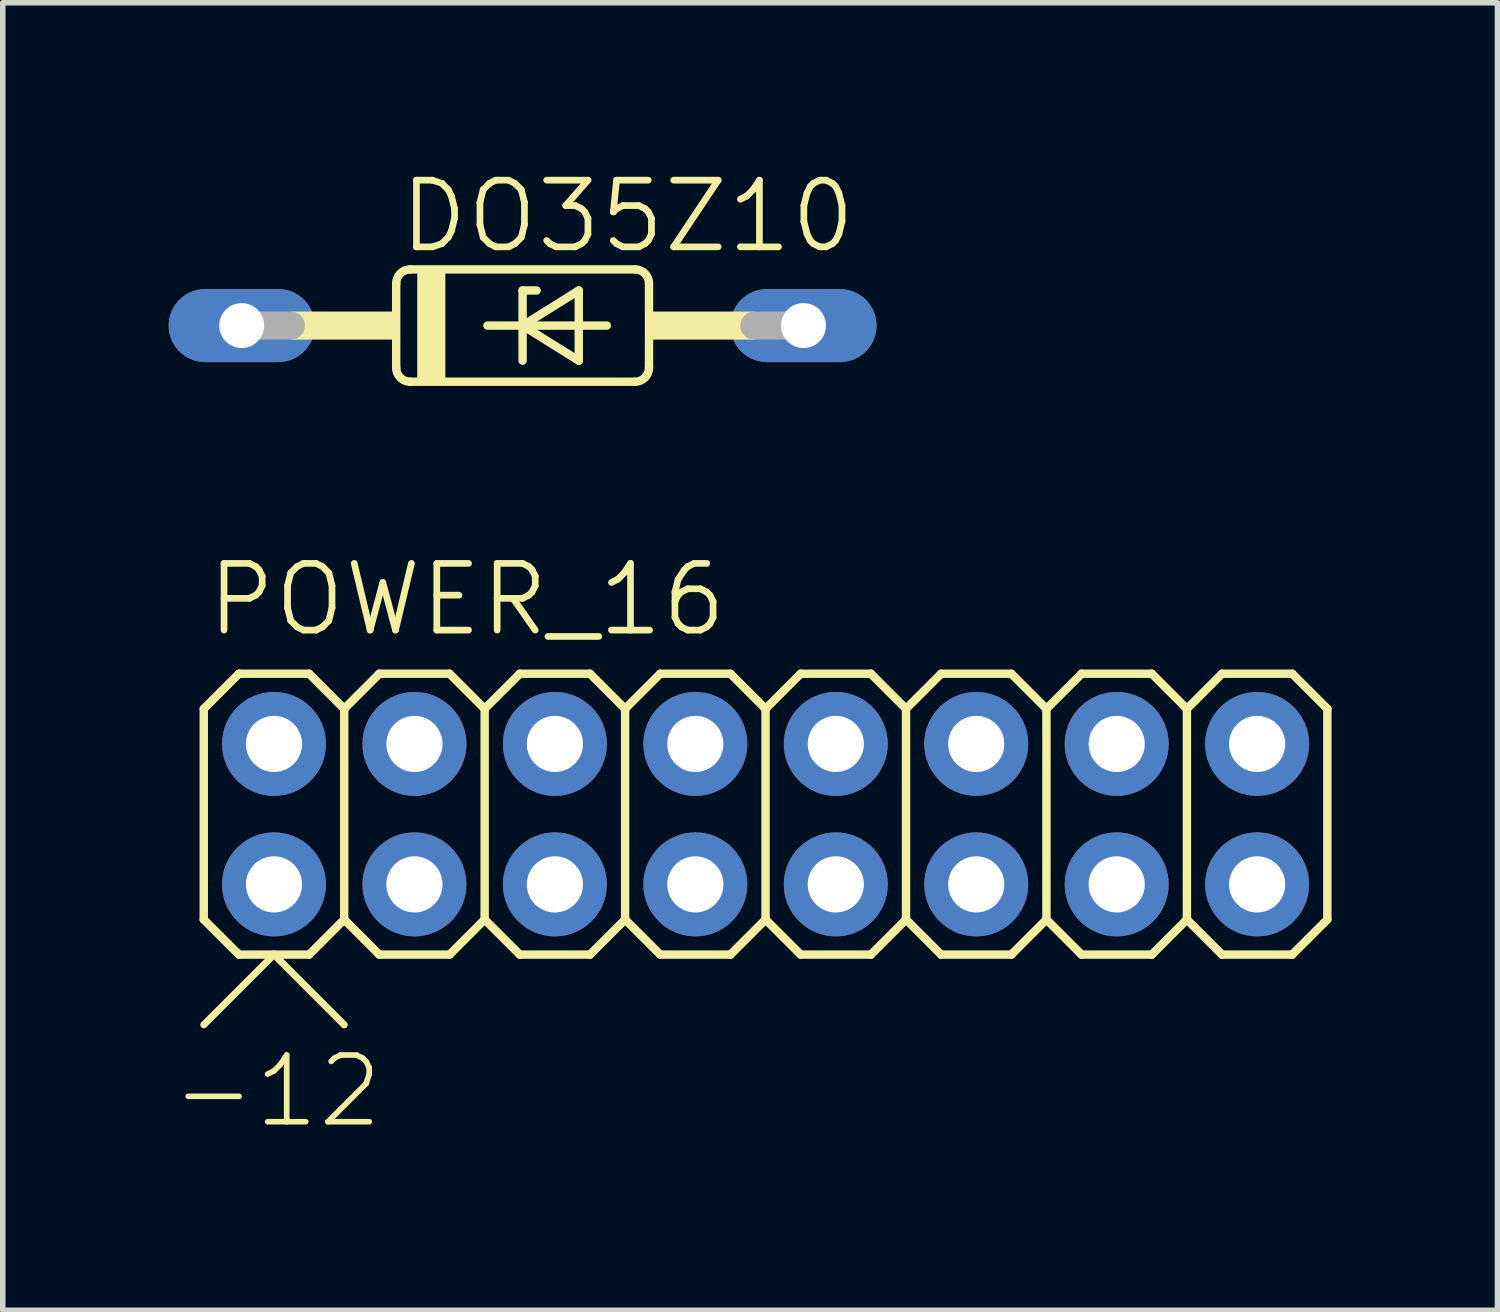
<source format=kicad_pcb>
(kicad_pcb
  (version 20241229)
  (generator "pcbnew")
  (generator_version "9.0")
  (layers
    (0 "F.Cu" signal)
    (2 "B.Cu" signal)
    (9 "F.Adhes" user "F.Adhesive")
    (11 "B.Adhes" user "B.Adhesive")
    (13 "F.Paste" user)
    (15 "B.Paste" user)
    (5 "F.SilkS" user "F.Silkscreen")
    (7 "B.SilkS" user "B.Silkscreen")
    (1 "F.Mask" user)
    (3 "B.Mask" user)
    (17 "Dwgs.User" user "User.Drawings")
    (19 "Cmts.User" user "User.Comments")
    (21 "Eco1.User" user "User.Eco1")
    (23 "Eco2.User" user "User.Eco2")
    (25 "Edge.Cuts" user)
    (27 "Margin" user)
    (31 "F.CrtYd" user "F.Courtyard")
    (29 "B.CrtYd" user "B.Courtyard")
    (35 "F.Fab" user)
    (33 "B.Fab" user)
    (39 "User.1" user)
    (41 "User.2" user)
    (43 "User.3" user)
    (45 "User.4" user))
  (footprint "POWER_16"
    (layer "F.Cu")
    (at 8.255 11.674)
    (property "Reference" "POWER_16" (at -7.62 -3.175 0) (layer "F.SilkS") (effects (font (size 1.206 1.206) (thickness 0.121)) (justify left bottom)))
    (attr through_hole)
    (fp_line (start -7.62 -1.905) (end -6.985 -2.54) (stroke (width 0.152) (type solid)) (layer "F.SilkS"))
    (fp_line (start -7.62 1.905) (end -7.62 -1.905) (stroke (width 0.152) (type solid)) (layer "F.SilkS"))
    (fp_line (start -7.62 1.905) (end -6.985 2.54) (stroke (width 0.152) (type solid)) (layer "F.SilkS"))
    (fp_line (start -7.62 3.81) (end -6.35 2.54) (stroke (width 0.127) (type solid)) (layer "F.SilkS"))
    (fp_line (start -6.985 -2.54) (end -5.715 -2.54) (stroke (width 0.152) (type solid)) (layer "F.SilkS"))
    (fp_line (start -6.985 2.54) (end -6.35 2.54) (stroke (width 0.152) (type solid)) (layer "F.SilkS"))
    (fp_line (start -6.35 2.54) (end -5.715 2.54) (stroke (width 0.152) (type solid)) (layer "F.SilkS"))
    (fp_line (start -6.35 2.54) (end -5.08 3.81) (stroke (width 0.127) (type solid)) (layer "F.SilkS"))
    (fp_line (start -5.715 -2.54) (end -5.08 -1.905) (stroke (width 0.152) (type solid)) (layer "F.SilkS"))
    (fp_line (start -5.715 2.54) (end -5.08 1.905) (stroke (width 0.152) (type solid)) (layer "F.SilkS"))
    (fp_line (start -5.08 -1.905) (end -5.08 1.905) (stroke (width 0.152) (type solid)) (layer "F.SilkS"))
    (fp_line (start -5.08 -1.905) (end -4.445 -2.54) (stroke (width 0.152) (type solid)) (layer "F.SilkS"))
    (fp_line (start -5.08 1.905) (end -4.445 2.54) (stroke (width 0.152) (type solid)) (layer "F.SilkS"))
    (fp_line (start -4.445 -2.54) (end -3.175 -2.54) (stroke (width 0.152) (type solid)) (layer "F.SilkS"))
    (fp_line (start -4.445 2.54) (end -3.175 2.54) (stroke (width 0.152) (type solid)) (layer "F.SilkS"))
    (fp_line (start -3.175 -2.54) (end -2.54 -1.905) (stroke (width 0.152) (type solid)) (layer "F.SilkS"))
    (fp_line (start -3.175 2.54) (end -2.54 1.905) (stroke (width 0.152) (type solid)) (layer "F.SilkS"))
    (fp_line (start -2.54 -1.905) (end -2.54 1.905) (stroke (width 0.152) (type solid)) (layer "F.SilkS"))
    (fp_line (start -2.54 -1.905) (end -1.905 -2.54) (stroke (width 0.152) (type solid)) (layer "F.SilkS"))
    (fp_line (start -2.54 1.905) (end -1.905 2.54) (stroke (width 0.152) (type solid)) (layer "F.SilkS"))
    (fp_line (start -1.905 -2.54) (end -0.635 -2.54) (stroke (width 0.152) (type solid)) (layer "F.SilkS"))
    (fp_line (start -1.905 2.54) (end -0.635 2.54) (stroke (width 0.152) (type solid)) (layer "F.SilkS"))
    (fp_line (start -0.635 -2.54) (end 0 -1.905) (stroke (width 0.152) (type solid)) (layer "F.SilkS"))
    (fp_line (start -0.635 2.54) (end 0 1.905) (stroke (width 0.152) (type solid)) (layer "F.SilkS"))
    (fp_line (start 0 -1.905) (end 0 1.905) (stroke (width 0.152) (type solid)) (layer "F.SilkS"))
    (fp_line (start 0 -1.905) (end 0.635 -2.54) (stroke (width 0.152) (type solid)) (layer "F.SilkS"))
    (fp_line (start 0 1.905) (end 0.635 2.54) (stroke (width 0.152) (type solid)) (layer "F.SilkS"))
    (fp_line (start 0.635 -2.54) (end 1.905 -2.54) (stroke (width 0.152) (type solid)) (layer "F.SilkS"))
    (fp_line (start 0.635 2.54) (end 1.905 2.54) (stroke (width 0.152) (type solid)) (layer "F.SilkS"))
    (fp_line (start 1.905 -2.54) (end 2.54 -1.905) (stroke (width 0.152) (type solid)) (layer "F.SilkS"))
    (fp_line (start 1.905 2.54) (end 2.54 1.905) (stroke (width 0.152) (type solid)) (layer "F.SilkS"))
    (fp_line (start 2.54 -1.905) (end 2.54 1.905) (stroke (width 0.152) (type solid)) (layer "F.SilkS"))
    (fp_line (start 2.54 -1.905) (end 3.175 -2.54) (stroke (width 0.152) (type solid)) (layer "F.SilkS"))
    (fp_line (start 2.54 1.905) (end 3.175 2.54) (stroke (width 0.152) (type solid)) (layer "F.SilkS"))
    (fp_line (start 3.175 -2.54) (end 4.445 -2.54) (stroke (width 0.152) (type solid)) (layer "F.SilkS"))
    (fp_line (start 3.175 2.54) (end 4.445 2.54) (stroke (width 0.152) (type solid)) (layer "F.SilkS"))
    (fp_line (start 4.445 -2.54) (end 5.08 -1.905) (stroke (width 0.152) (type solid)) (layer "F.SilkS"))
    (fp_line (start 4.445 2.54) (end 5.08 1.905) (stroke (width 0.152) (type solid)) (layer "F.SilkS"))
    (fp_line (start 5.08 -1.905) (end 5.08 1.905) (stroke (width 0.152) (type solid)) (layer "F.SilkS"))
    (fp_line (start 5.08 -1.905) (end 5.715 -2.54) (stroke (width 0.152) (type solid)) (layer "F.SilkS"))
    (fp_line (start 5.08 1.905) (end 5.715 2.54) (stroke (width 0.152) (type solid)) (layer "F.SilkS"))
    (fp_line (start 5.715 -2.54) (end 6.985 -2.54) (stroke (width 0.152) (type solid)) (layer "F.SilkS"))
    (fp_line (start 5.715 2.54) (end 6.985 2.54) (stroke (width 0.152) (type solid)) (layer "F.SilkS"))
    (fp_line (start 6.985 -2.54) (end 7.62 -1.905) (stroke (width 0.152) (type solid)) (layer "F.SilkS"))
    (fp_line (start 6.985 2.54) (end 7.62 1.905) (stroke (width 0.152) (type solid)) (layer "F.SilkS"))
    (fp_line (start 7.62 -1.905) (end 7.62 1.905) (stroke (width 0.152) (type solid)) (layer "F.SilkS"))
    (fp_line (start 7.62 -1.905) (end 8.255 -2.54) (stroke (width 0.152) (type solid)) (layer "F.SilkS"))
    (fp_line (start 7.62 1.905) (end 8.255 2.54) (stroke (width 0.152) (type solid)) (layer "F.SilkS"))
    (fp_line (start 8.255 -2.54) (end 9.525 -2.54) (stroke (width 0.152) (type solid)) (layer "F.SilkS"))
    (fp_line (start 8.255 2.54) (end 9.525 2.54) (stroke (width 0.152) (type solid)) (layer "F.SilkS"))
    (fp_line (start 9.525 -2.54) (end 10.16 -1.905) (stroke (width 0.152) (type solid)) (layer "F.SilkS"))
    (fp_line (start 10.16 -1.905) (end 10.16 1.905) (stroke (width 0.152) (type solid)) (layer "F.SilkS"))
    (fp_line (start 10.16 -1.905) (end 10.795 -2.54) (stroke (width 0.152) (type solid)) (layer "F.SilkS"))
    (fp_line (start 10.16 1.905) (end 9.525 2.54) (stroke (width 0.152) (type solid)) (layer "F.SilkS"))
    (fp_line (start 10.16 1.905) (end 10.795 2.54) (stroke (width 0.152) (type solid)) (layer "F.SilkS"))
    (fp_line (start 10.795 -2.54) (end 12.065 -2.54) (stroke (width 0.152) (type solid)) (layer "F.SilkS"))
    (fp_line (start 10.795 2.54) (end 12.065 2.54) (stroke (width 0.152) (type solid)) (layer "F.SilkS"))
    (fp_line (start 12.065 -2.54) (end 12.7 -1.905) (stroke (width 0.152) (type solid)) (layer "F.SilkS"))
    (fp_line (start 12.7 -1.905) (end 12.7 1.905) (stroke (width 0.152) (type solid)) (layer "F.SilkS"))
    (fp_line (start 12.7 1.905) (end 12.065 2.54) (stroke (width 0.152) (type solid)) (layer "F.SilkS"))
    (fp_poly (pts (xy -6.604 -1.016) (xy -6.096 -1.016) (xy -6.096 -1.524) (xy -6.604 -1.524)) (stroke (width 0.1) (type solid)) (fill no) (layer "F.Fab"))
    (fp_poly (pts (xy -6.604 1.524) (xy -6.096 1.524) (xy -6.096 1.016) (xy -6.604 1.016)) (stroke (width 0.1) (type solid)) (fill no) (layer "F.Fab"))
    (fp_poly (pts (xy -4.064 -1.016) (xy -3.556 -1.016) (xy -3.556 -1.524) (xy -4.064 -1.524)) (stroke (width 0.1) (type solid)) (fill no) (layer "F.Fab"))
    (fp_poly (pts (xy -4.064 1.524) (xy -3.556 1.524) (xy -3.556 1.016) (xy -4.064 1.016)) (stroke (width 0.1) (type solid)) (fill no) (layer "F.Fab"))
    (fp_poly (pts (xy -1.524 -1.016) (xy -1.016 -1.016) (xy -1.016 -1.524) (xy -1.524 -1.524)) (stroke (width 0.1) (type solid)) (fill no) (layer "F.Fab"))
    (fp_poly (pts (xy -1.524 1.524) (xy -1.016 1.524) (xy -1.016 1.016) (xy -1.524 1.016)) (stroke (width 0.1) (type solid)) (fill no) (layer "F.Fab"))
    (fp_poly (pts (xy 1.016 -1.016) (xy 1.524 -1.016) (xy 1.524 -1.524) (xy 1.016 -1.524)) (stroke (width 0.1) (type solid)) (fill no) (layer "F.Fab"))
    (fp_poly (pts (xy 1.016 1.524) (xy 1.524 1.524) (xy 1.524 1.016) (xy 1.016 1.016)) (stroke (width 0.1) (type solid)) (fill no) (layer "F.Fab"))
    (fp_poly (pts (xy 3.556 -1.016) (xy 4.064 -1.016) (xy 4.064 -1.524) (xy 3.556 -1.524)) (stroke (width 0.1) (type solid)) (fill no) (layer "F.Fab"))
    (fp_poly (pts (xy 3.556 1.524) (xy 4.064 1.524) (xy 4.064 1.016) (xy 3.556 1.016)) (stroke (width 0.1) (type solid)) (fill no) (layer "F.Fab"))
    (fp_poly (pts (xy 6.096 -1.016) (xy 6.604 -1.016) (xy 6.604 -1.524) (xy 6.096 -1.524)) (stroke (width 0.1) (type solid)) (fill no) (layer "F.Fab"))
    (fp_poly (pts (xy 6.096 1.524) (xy 6.604 1.524) (xy 6.604 1.016) (xy 6.096 1.016)) (stroke (width 0.1) (type solid)) (fill no) (layer "F.Fab"))
    (fp_poly (pts (xy 8.636 -1.016) (xy 9.144 -1.016) (xy 9.144 -1.524) (xy 8.636 -1.524)) (stroke (width 0.1) (type solid)) (fill no) (layer "F.Fab"))
    (fp_poly (pts (xy 8.636 1.524) (xy 9.144 1.524) (xy 9.144 1.016) (xy 8.636 1.016)) (stroke (width 0.1) (type solid)) (fill no) (layer "F.Fab"))
    (fp_poly (pts (xy 11.176 -1.016) (xy 11.684 -1.016) (xy 11.684 -1.524) (xy 11.176 -1.524)) (stroke (width 0.1) (type solid)) (fill no) (layer "F.Fab"))
    (fp_poly (pts (xy 11.176 1.524) (xy 11.684 1.524) (xy 11.684 1.016) (xy 11.176 1.016)) (stroke (width 0.1) (type solid)) (fill no) (layer "F.Fab"))
    (fp_text user "-12" (at -8.255 5.715 0) (layer "F.SilkS") (effects (font (size 1.206 1.206) (thickness 0.102)) (justify left bottom)))
    (pad "1" thru_hole circle (at -6.35 1.27) (size 1.88 1.88) (drill 1.016) (layers "*.Cu" "*.Mask"))
    (pad "2" thru_hole circle (at -6.35 -1.27) (size 1.88 1.88) (drill 1.016) (layers "*.Cu" "*.Mask"))
    (pad "3" thru_hole circle (at -3.81 1.27) (size 1.88 1.88) (drill 1.016) (layers "*.Cu" "*.Mask"))
    (pad "4" thru_hole circle (at -3.81 -1.27) (size 1.88 1.88) (drill 1.016) (layers "*.Cu" "*.Mask"))
    (pad "5" thru_hole circle (at -1.27 1.27) (size 1.88 1.88) (drill 1.016) (layers "*.Cu" "*.Mask"))
    (pad "6" thru_hole circle (at -1.27 -1.27) (size 1.88 1.88) (drill 1.016) (layers "*.Cu" "*.Mask"))
    (pad "7" thru_hole circle (at 1.27 1.27) (size 1.88 1.88) (drill 1.016) (layers "*.Cu" "*.Mask"))
    (pad "8" thru_hole circle (at 1.27 -1.27) (size 1.88 1.88) (drill 1.016) (layers "*.Cu" "*.Mask"))
    (pad "9" thru_hole circle (at 3.81 1.27) (size 1.88 1.88) (drill 1.016) (layers "*.Cu" "*.Mask"))
    (pad "10" thru_hole circle (at 3.81 -1.27) (size 1.88 1.88) (drill 1.016) (layers "*.Cu" "*.Mask"))
    (pad "11" thru_hole circle (at 6.35 1.27) (size 1.88 1.88) (drill 1.016) (layers "*.Cu" "*.Mask"))
    (pad "12" thru_hole circle (at 6.35 -1.27) (size 1.88 1.88) (drill 1.016) (layers "*.Cu" "*.Mask"))
    (pad "13" thru_hole circle (at 8.89 1.27) (size 1.88 1.88) (drill 1.016) (layers "*.Cu" "*.Mask"))
    (pad "14" thru_hole circle (at 8.89 -1.27) (size 1.88 1.88) (drill 1.016) (layers "*.Cu" "*.Mask"))
    (pad "15" thru_hole circle (at 11.43 1.27) (size 1.88 1.88) (drill 1.016) (layers "*.Cu" "*.Mask"))
    (pad "16" thru_hole circle (at 11.43 -1.27) (size 1.88 1.88) (drill 1.016) (layers "*.Cu" "*.Mask")))
  (footprint "DO35Z10"
    (layer "F.Cu")
    (at 6.401 2.838)
    (property "Reference" "DO35Z10" (at -2.286 -1.27 0) (layer "F.SilkS") (effects (font (size 1.206 1.206) (thickness 0.121)) (justify left bottom)))
    (attr through_hole)
    (fp_line (start -2.286 -0.762) (end -2.286 0.762) (stroke (width 0.152) (type solid)) (layer "F.SilkS"))
    (fp_line (start -2.032 -1.016) (end 2.032 -1.016) (stroke (width 0.152) (type solid)) (layer "F.SilkS"))
    (fp_line (start -2.032 1.016) (end 2.032 1.016) (stroke (width 0.152) (type solid)) (layer "F.SilkS"))
    (fp_line (start -0.635 0) (end 0 0) (stroke (width 0.152) (type solid)) (layer "F.SilkS"))
    (fp_line (start 0 -0.635) (end 0 0) (stroke (width 0.152) (type solid)) (layer "F.SilkS"))
    (fp_line (start 0 0) (end 0 0.635) (stroke (width 0.152) (type solid)) (layer "F.SilkS"))
    (fp_line (start 0 0) (end 1.016 -0.635) (stroke (width 0.152) (type solid)) (layer "F.SilkS"))
    (fp_line (start 0 0) (end 1.524 0) (stroke (width 0.152) (type solid)) (layer "F.SilkS"))
    (fp_line (start 0.254 -0.635) (end 0 -0.635) (stroke (width 0.152) (type solid)) (layer "F.SilkS"))
    (fp_line (start 1.016 -0.635) (end 1.016 0.635) (stroke (width 0.152) (type solid)) (layer "F.SilkS"))
    (fp_line (start 1.016 0.635) (end 0 0) (stroke (width 0.152) (type solid)) (layer "F.SilkS"))
    (fp_line (start 2.286 -0.762) (end 2.286 0.762) (stroke (width 0.152) (type solid)) (layer "F.SilkS"))
    (fp_arc (start -2.286 -0.762) (mid -2.211605 -0.941605) (end -2.032 -1.016) (stroke (width 0.1524) (type solid)) (layer "F.SilkS"))
    (fp_arc (start -2.032 1.016) (mid -2.211605 0.941605) (end -2.286 0.762) (stroke (width 0.1524) (type solid)) (layer "F.SilkS"))
    (fp_arc (start 2.032 -1.016) (mid 2.211605 -0.941605) (end 2.286 -0.762) (stroke (width 0.1524) (type solid)) (layer "F.SilkS"))
    (fp_arc (start 2.286 0.762) (mid 2.211605 0.941605) (end 2.032 1.016) (stroke (width 0.1524) (type solid)) (layer "F.SilkS"))
    (fp_poly (pts (xy -4.191 0.254) (xy -2.286 0.254) (xy -2.286 -0.254) (xy -4.191 -0.254)) (stroke (width 0) (type solid)) (fill yes) (layer "F.SilkS"))
    (fp_poly (pts (xy -1.905 1.016) (xy -1.397 1.016) (xy -1.397 -1.016) (xy -1.905 -1.016)) (stroke (width 0) (type solid)) (fill yes) (layer "F.SilkS"))
    (fp_poly (pts (xy 2.286 0.254) (xy 4.191 0.254) (xy 4.191 -0.254) (xy 2.286 -0.254)) (stroke (width 0) (type solid)) (fill yes) (layer "F.SilkS"))
    (fp_line (start -5.08 0) (end -4.191 0) (stroke (width 0.508) (type solid)) (layer "F.Fab"))
    (fp_line (start 5.08 0) (end 4.191 0) (stroke (width 0.508) (type solid)) (layer "F.Fab"))
    (pad "A" thru_hole oval (at 5.08 0) (size 2.642 1.321) (drill 0.813) (layers "*.Cu" "*.Mask"))
    (pad "C" thru_hole oval (at -5.08 0) (size 2.642 1.321) (drill 0.813) (layers "*.Cu" "*.Mask")))
  (gr_rect
    (start -3 -3)
    (end 24.031 20.646)
    (stroke (width 0.1) (type default))
    (fill no)
    (layer "Edge.Cuts")))
</source>
